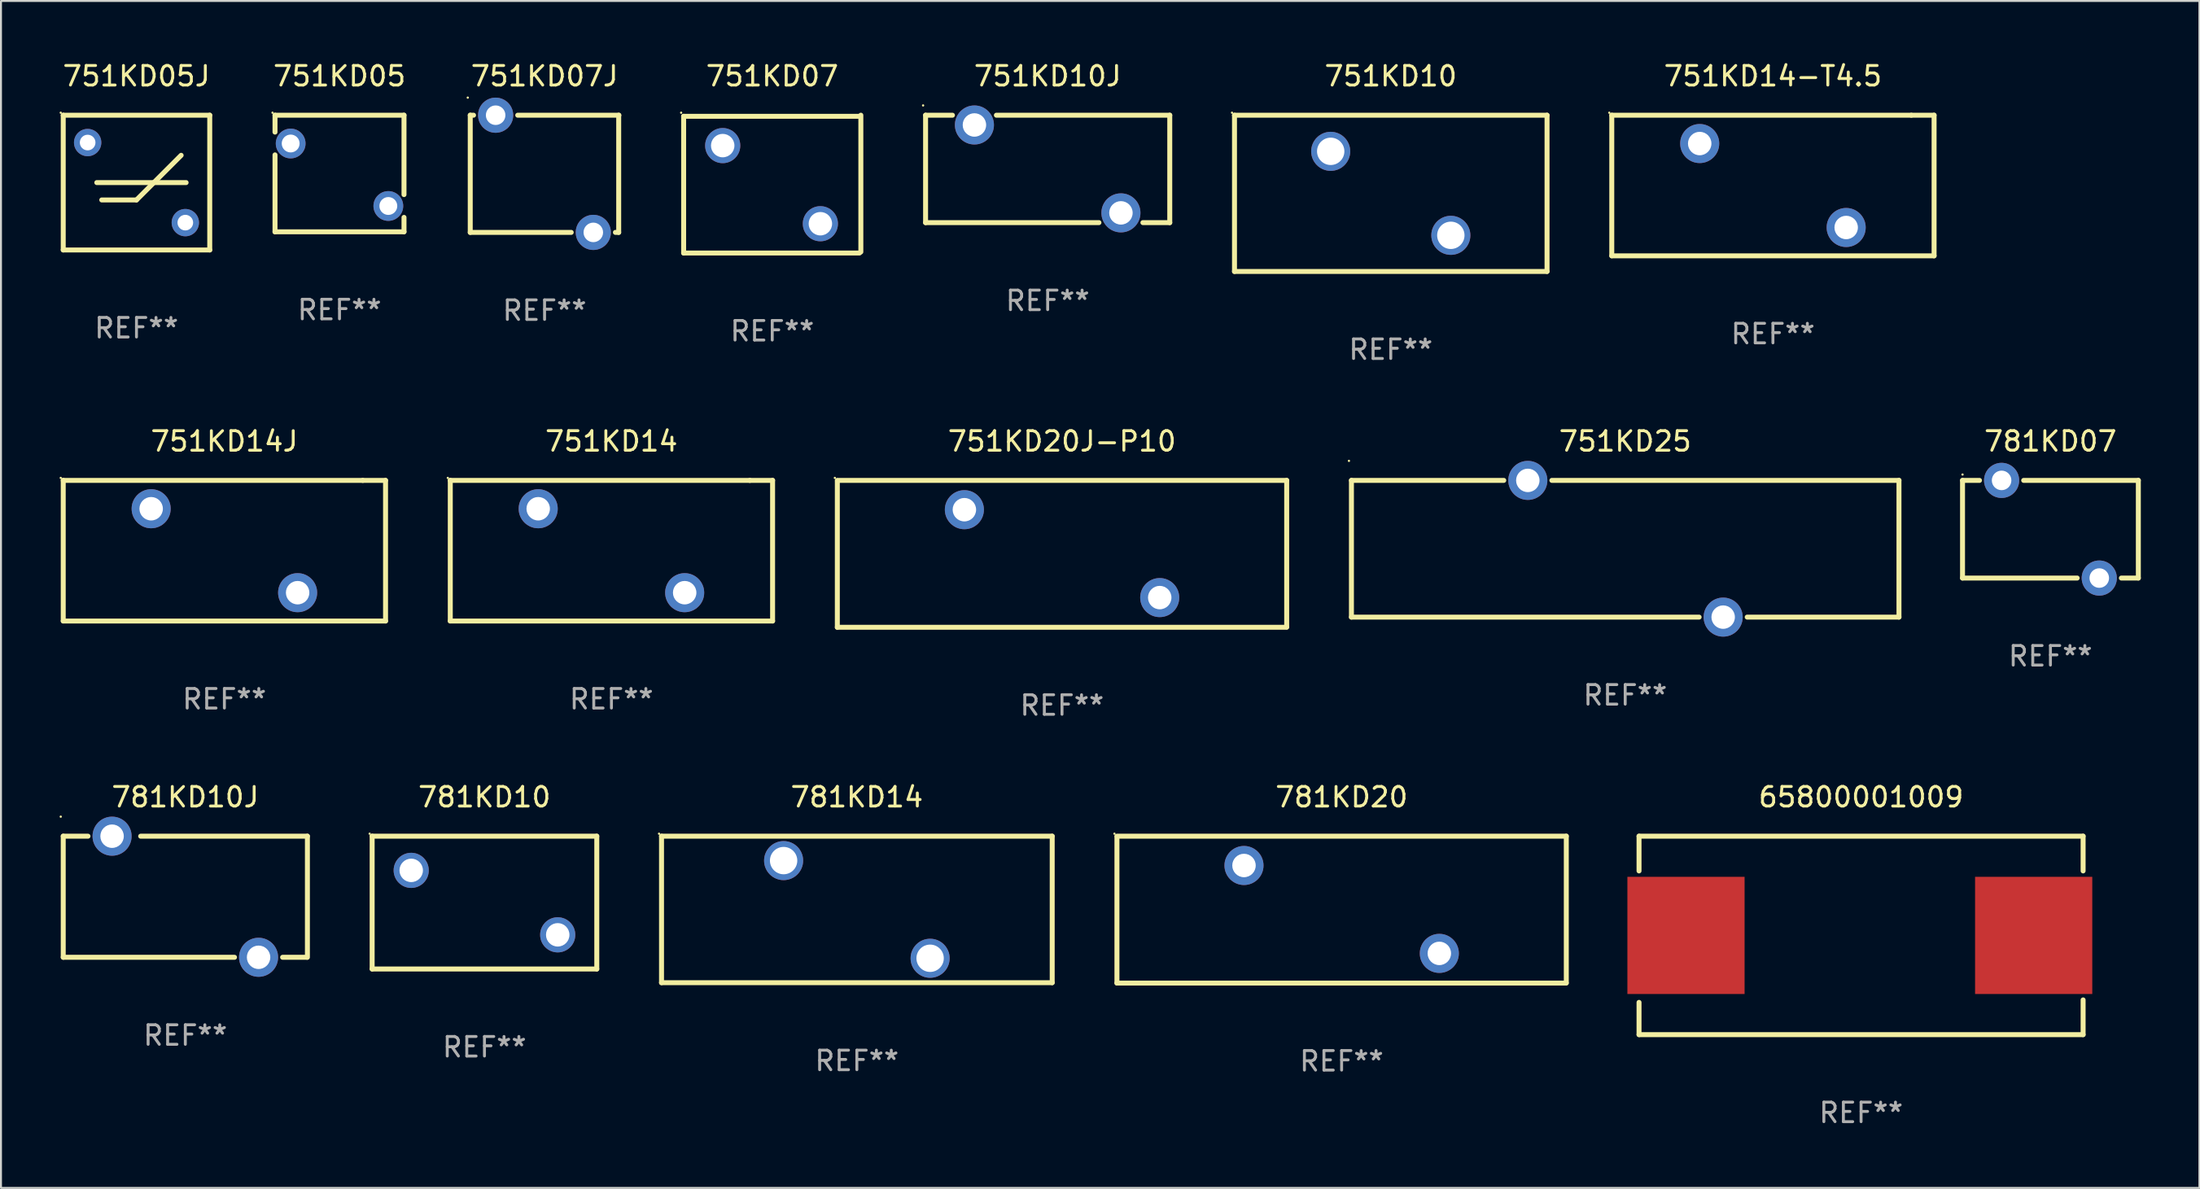
<source format=kicad_pcb>
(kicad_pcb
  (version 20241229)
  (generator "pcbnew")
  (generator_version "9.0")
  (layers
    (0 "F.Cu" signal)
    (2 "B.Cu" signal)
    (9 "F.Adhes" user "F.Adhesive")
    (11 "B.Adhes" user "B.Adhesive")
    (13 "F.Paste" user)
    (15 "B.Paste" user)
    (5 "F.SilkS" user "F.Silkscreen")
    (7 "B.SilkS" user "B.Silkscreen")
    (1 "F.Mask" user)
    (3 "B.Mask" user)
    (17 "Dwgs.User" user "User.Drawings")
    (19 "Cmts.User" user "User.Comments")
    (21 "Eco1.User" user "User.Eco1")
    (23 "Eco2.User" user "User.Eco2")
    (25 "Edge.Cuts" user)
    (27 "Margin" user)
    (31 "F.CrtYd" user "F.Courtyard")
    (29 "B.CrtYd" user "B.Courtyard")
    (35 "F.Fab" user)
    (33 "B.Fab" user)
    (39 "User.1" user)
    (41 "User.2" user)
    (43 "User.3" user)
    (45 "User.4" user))
  (footprint "751KD07J"
    (layer "F.Cu")
    (at 24.828 5.848)
    (property "Reference" "751KD07J" (at 0 -5 0) (layer "F.SilkS") (effects (font (size 1 1) (thickness 0.15))))
    (attr through_hole)
    (fp_line (start -3.805 -3) (end -3.805 3) (stroke (width 0.254) (type solid)) (layer "F.SilkS"))
    (fp_line (start -3.805 -3) (end -3.636 -3) (stroke (width 0.254) (type solid)) (layer "F.SilkS"))
    (fp_line (start -3.805 3) (end 1.364 3) (stroke (width 0.254) (type solid)) (layer "F.SilkS"))
    (fp_line (start -1.374 -3) (end 3.805 -3) (stroke (width 0.254) (type solid)) (layer "F.SilkS"))
    (fp_line (start 3.626 3) (end 3.795 3) (stroke (width 0.254) (type solid)) (layer "F.SilkS"))
    (fp_line (start 3.795 -3) (end 3.795 3) (stroke (width 0.254) (type solid)) (layer "F.SilkS"))
    (fp_circle (center -3.932 -3.9) (end -3.902 -3.9) (stroke (width 0.06) (type solid)) (fill no) (layer "F.SilkS"))
    (fp_text user "REF**" (at 0 7 0) (layer "F.Fab") (effects (font (size 1 1) (thickness 0.15))))
    (pad "1" thru_hole circle (at -2.505 -3) (size 1.8 1.8) (drill 1) (layers "*.Cu" "*.Mask"))
    (pad "2" thru_hole circle (at 2.495 3) (size 1.8 1.8) (drill 1) (layers "*.Cu" "*.Mask")))
  (footprint "781KD20"
    (layer "F.Cu")
    (at 65.631 43.521)
    (property "Reference" "781KD20" (at 0 -5.76 0) (layer "F.SilkS") (effects (font (size 1 1) (thickness 0.15))))
    (attr through_hole)
    (fp_line (start -11.502 3.76) (end -11.502 -3.738) (stroke (width 0.254) (type solid)) (layer "F.SilkS"))
    (fp_line (start -11.498 -3.76) (end 11.502 -3.76) (stroke (width 0.254) (type solid)) (layer "F.SilkS"))
    (fp_line (start 11.501 3.76) (end -11.502 3.76) (stroke (width 0.254) (type solid)) (layer "F.SilkS"))
    (fp_line (start 11.502 -3.76) (end 11.502 3.74) (stroke (width 0.254) (type solid)) (layer "F.SilkS"))
    (fp_circle (center -11.629 -3.887) (end -11.599 -3.887) (stroke (width 0.06) (type solid)) (fill no) (layer "F.SilkS"))
    (fp_text user "REF**" (at 0 7.76 0) (layer "F.Fab") (effects (font (size 1 1) (thickness 0.15))))
    (pad "1" thru_hole circle (at -4.998 -2.26) (size 2 2) (drill 1.2) (layers "*.Cu" "*.Mask"))
    (pad "2" thru_hole circle (at 5.002 2.24) (size 2 2) (drill 1.2) (layers "*.Cu" "*.Mask")))
  (footprint "781KD10"
    (layer "F.Cu")
    (at 21.751 43.161)
    (property "Reference" "781KD10" (at 0 -5.4 0) (layer "F.SilkS") (effects (font (size 1 1) (thickness 0.15))))
    (attr through_hole)
    (fp_line (start -5.75 -3.4) (end 5.75 -3.4) (stroke (width 0.254) (type solid)) (layer "F.SilkS"))
    (fp_line (start -5.75 3.4) (end -5.75 -3.4) (stroke (width 0.254) (type solid)) (layer "F.SilkS"))
    (fp_line (start -5.75 3.4) (end 5.75 3.4) (stroke (width 0.254) (type solid)) (layer "F.SilkS"))
    (fp_line (start 5.75 -3.4) (end 5.75 3.4) (stroke (width 0.254) (type solid)) (layer "F.SilkS"))
    (fp_circle (center -5.877 -3.527) (end -5.847 -3.527) (stroke (width 0.06) (type solid)) (fill no) (layer "F.SilkS"))
    (fp_text user "REF**" (at 0 7.4 0) (layer "F.Fab") (effects (font (size 1 1) (thickness 0.15))))
    (pad "1" thru_hole circle (at -3.75 -1.65) (size 1.8 1.8) (drill 1.2) (layers "*.Cu" "*.Mask"))
    (pad "2" thru_hole circle (at 3.75 1.65) (size 1.8 1.8) (drill 1.2) (layers "*.Cu" "*.Mask")))
  (footprint "781KD07"
    (layer "F.Cu")
    (at 101.917 24.045)
    (property "Reference" "781KD07" (at 0 -4.5 0) (layer "F.SilkS") (effects (font (size 1 1) (thickness 0.15))))
    (attr through_hole)
    (fp_line (start -4.5 -2.5) (end -3.631 -2.5) (stroke (width 0.254) (type solid)) (layer "F.SilkS"))
    (fp_line (start -4.5 2.5) (end -4.5 -2.5) (stroke (width 0.254) (type solid)) (layer "F.SilkS"))
    (fp_line (start -1.369 -2.5) (end 4.5 -2.5) (stroke (width 0.254) (type solid)) (layer "F.SilkS"))
    (fp_line (start 1.369 2.5) (end -4.5 2.5) (stroke (width 0.254) (type solid)) (layer "F.SilkS"))
    (fp_line (start 4.5 -2.5) (end 4.5 2.5) (stroke (width 0.254) (type solid)) (layer "F.SilkS"))
    (fp_line (start 4.5 2.5) (end 3.631 2.5) (stroke (width 0.254) (type solid)) (layer "F.SilkS"))
    (fp_circle (center -4.5 -2.8) (end -4.47 -2.8) (stroke (width 0.06) (type solid)) (fill no) (layer "F.SilkS"))
    (fp_text user "REF**" (at 0 6.5 0) (layer "F.Fab") (effects (font (size 1 1) (thickness 0.15))))
    (pad "1" thru_hole circle (at -2.5 -2.5) (size 1.8 1.8) (drill 1) (layers "*.Cu" "*.Mask"))
    (pad "2" thru_hole circle (at 2.5 2.5) (size 1.8 1.8) (drill 1) (layers "*.Cu" "*.Mask")))
  (footprint "751KD14"
    (layer "F.Cu")
    (at 28.251 25.145)
    (property "Reference" "751KD14" (at 0 -5.6 0) (layer "F.SilkS") (effects (font (size 1 1) (thickness 0.15))))
    (attr through_hole)
    (fp_line (start -8.25 -3.6) (end 7.084 -3.599) (stroke (width 0.254) (type solid)) (layer "F.SilkS"))
    (fp_line (start -8.25 3.598) (end -8.25 -3.6) (stroke (width 0.254) (type solid)) (layer "F.SilkS"))
    (fp_line (start 7.084 -3.599) (end 8.25 -3.6) (stroke (width 0.254) (type solid)) (layer "F.SilkS"))
    (fp_line (start 8.25 -3.6) (end 8.25 3.6) (stroke (width 0.254) (type solid)) (layer "F.SilkS"))
    (fp_line (start 8.25 3.6) (end -8.25 3.6) (stroke (width 0.254) (type solid)) (layer "F.SilkS"))
    (fp_circle (center -8.377 -3.727) (end -8.347 -3.727) (stroke (width 0.06) (type solid)) (fill no) (layer "F.SilkS"))
    (fp_text user "REF**" (at 0 7.6 0) (layer "F.Fab") (effects (font (size 1 1) (thickness 0.15))))
    (pad "1" thru_hole circle (at -3.749 -2.149) (size 2 2) (drill 1.2) (layers "*.Cu" "*.Mask"))
    (pad "2" thru_hole circle (at 3.749 2.149) (size 2 2) (drill 1.2) (layers "*.Cu" "*.Mask")))
  (footprint "751KD07"
    (layer "F.Cu")
    (at 36.483 6.376)
    (property "Reference" "751KD07" (at 0 -5.528 0) (layer "F.SilkS") (effects (font (size 1 1) (thickness 0.15))))
    (attr through_hole)
    (fp_line (start -4.536 -3.472) (end 4.464 -3.472) (stroke (width 0.254) (type solid)) (layer "F.SilkS"))
    (fp_line (start -4.536 3.528) (end -4.536 -3.472) (stroke (width 0.254) (type solid)) (layer "F.SilkS"))
    (fp_line (start 4.464 3.528) (end -4.536 3.528) (stroke (width 0.254) (type solid)) (layer "F.SilkS"))
    (fp_line (start 4.536 -3.528) (end 4.536 3.472) (stroke (width 0.254) (type solid)) (layer "F.SilkS"))
    (fp_circle (center -4.663 -3.655) (end -4.633 -3.655) (stroke (width 0.06) (type solid)) (fill no) (layer "F.SilkS"))
    (fp_text user "REF**" (at 0 7.528 0) (layer "F.Fab") (effects (font (size 1 1) (thickness 0.15))))
    (pad "1" thru_hole circle (at -2.536 -1.972) (size 1.8 1.8) (drill 1.2) (layers "*.Cu" "*.Mask"))
    (pad "2" thru_hole circle (at 2.464 2.028) (size 1.8 1.8) (drill 1.2) (layers "*.Cu" "*.Mask")))
  (footprint "751KD14-T4.5"
    (layer "F.Cu")
    (at 87.711 6.448)
    (property "Reference" "751KD14-T4.5" (at 0 -5.6 0) (layer "F.SilkS") (effects (font (size 1 1) (thickness 0.15))))
    (attr through_hole)
    (fp_line (start -8.25 -3.6) (end 7.084 -3.599) (stroke (width 0.254) (type solid)) (layer "F.SilkS"))
    (fp_line (start -8.25 3.598) (end -8.25 -3.6) (stroke (width 0.254) (type solid)) (layer "F.SilkS"))
    (fp_line (start 7.084 -3.599) (end 8.25 -3.6) (stroke (width 0.254) (type solid)) (layer "F.SilkS"))
    (fp_line (start 8.25 -3.6) (end 8.25 3.6) (stroke (width 0.254) (type solid)) (layer "F.SilkS"))
    (fp_line (start 8.25 3.6) (end -8.25 3.6) (stroke (width 0.254) (type solid)) (layer "F.SilkS"))
    (fp_circle (center -8.377 -3.727) (end -8.347 -3.727) (stroke (width 0.06) (type solid)) (fill no) (layer "F.SilkS"))
    (fp_text user "REF**" (at 0 7.6 0) (layer "F.Fab") (effects (font (size 1 1) (thickness 0.15))))
    (pad "1" thru_hole circle (at -3.749 -2.149) (size 2 2) (drill 1.2) (layers "*.Cu" "*.Mask"))
    (pad "2" thru_hole circle (at 3.749 2.149) (size 2 2) (drill 1.2) (layers "*.Cu" "*.Mask")))
  (footprint "751KD05"
    (layer "F.Cu")
    (at 14.33 5.833)
    (property "Reference" "751KD05" (at 0 -4.985 0) (layer "F.SilkS") (effects (font (size 1 1) (thickness 0.15))))
    (attr through_hole)
    (fp_line (start -3.302 -2.985) (end 3.302 -2.985) (stroke (width 0.254) (type solid)) (layer "F.SilkS"))
    (fp_line (start -3.302 -2.12) (end -3.302 -2.985) (stroke (width 0.254) (type solid)) (layer "F.SilkS"))
    (fp_line (start -3.302 2.985) (end -3.302 -0.953) (stroke (width 0.254) (type solid)) (layer "F.SilkS"))
    (fp_line (start 3.302 -2.985) (end 3.302 1.08) (stroke (width 0.254) (type solid)) (layer "F.SilkS"))
    (fp_line (start 3.302 2.247) (end 3.302 2.985) (stroke (width 0.254) (type solid)) (layer "F.SilkS"))
    (fp_line (start 3.302 2.985) (end -3.302 2.985) (stroke (width 0.254) (type solid)) (layer "F.SilkS"))
    (fp_circle (center -3.429 -3.112) (end -3.399 -3.112) (stroke (width 0.06) (type solid)) (fill no) (layer "F.SilkS"))
    (fp_text user "REF**" (at 0 6.985 0) (layer "F.Fab") (effects (font (size 1 1) (thickness 0.15))))
    (pad "1" thru_hole circle (at -2.5 -1.536) (size 1.524 1.524) (drill 0.914) (layers "*.Cu" "*.Mask"))
    (pad "2" thru_hole circle (at 2.5 1.663) (size 1.524 1.524) (drill 0.914) (layers "*.Cu" "*.Mask")))
  (footprint "781KD14"
    (layer "F.Cu")
    (at 40.815 43.511)
    (property "Reference" "781KD14" (at 0 -5.75 0) (layer "F.SilkS") (effects (font (size 1 1) (thickness 0.15))))
    (attr through_hole)
    (fp_line (start -10 -3.75) (end -10 3.75) (stroke (width 0.254) (type solid)) (layer "F.SilkS"))
    (fp_line (start -10 -3.75) (end 10 -3.75) (stroke (width 0.254) (type solid)) (layer "F.SilkS"))
    (fp_line (start 10 -3.75) (end 10 3.75) (stroke (width 0.254) (type solid)) (layer "F.SilkS"))
    (fp_line (start 10 3.75) (end -10 3.75) (stroke (width 0.254) (type solid)) (layer "F.SilkS"))
    (fp_circle (center -10.127 -3.877) (end -10.097 -3.877) (stroke (width 0.06) (type solid)) (fill no) (layer "F.SilkS"))
    (fp_text user "REF**" (at 0 7.75 0) (layer "F.Fab") (effects (font (size 1 1) (thickness 0.15))))
    (pad "1" thru_hole circle (at -3.75 -2.5) (size 2 2) (drill 1.4) (layers "*.Cu" "*.Mask"))
    (pad "2" thru_hole circle (at 3.75 2.5) (size 2 2) (drill 1.4) (layers "*.Cu" "*.Mask")))
  (footprint "781KD10J"
    (layer "F.Cu")
    (at 6.437 42.861)
    (property "Reference" "781KD10J" (at 0 -5.1 0) (layer "F.SilkS") (effects (font (size 1 1) (thickness 0.15))))
    (attr through_hole)
    (fp_line (start -6.25 -3.1) (end -6.25 3.1) (stroke (width 0.254) (type solid)) (layer "F.SilkS"))
    (fp_line (start -6.25 -3.1) (end -4.981 -3.1) (stroke (width 0.254) (type solid)) (layer "F.SilkS"))
    (fp_line (start -6.25 3.1) (end 2.519 3.1) (stroke (width 0.254) (type solid)) (layer "F.SilkS"))
    (fp_line (start 4.981 3.1) (end 6.223 3.1) (stroke (width 0.254) (type solid)) (layer "F.SilkS"))
    (fp_line (start 6.25 -3.1) (end -2.286 -3.1) (stroke (width 0.254) (type solid)) (layer "F.SilkS"))
    (fp_line (start 6.25 -3.1) (end 6.25 3.1) (stroke (width 0.254) (type solid)) (layer "F.SilkS"))
    (fp_circle (center -6.377 -4.1) (end -6.347 -4.1) (stroke (width 0.06) (type solid)) (fill no) (layer "F.SilkS"))
    (fp_text user "REF**" (at 0 7.1 0) (layer "F.Fab") (effects (font (size 1 1) (thickness 0.15))))
    (pad "1" thru_hole circle (at -3.75 -3.1) (size 2 2) (drill 1.2) (layers "*.Cu" "*.Mask"))
    (pad "2" thru_hole circle (at 3.75 3.1) (size 2 2) (drill 1.2) (layers "*.Cu" "*.Mask")))
  (footprint "751KD10J"
    (layer "F.Cu")
    (at 50.583 5.598)
    (property "Reference" "751KD10J" (at 0 -4.75 0) (layer "F.SilkS") (effects (font (size 1 1) (thickness 0.15))))
    (attr through_hole)
    (fp_line (start -6.25 -2.75) (end -4.875 -2.75) (stroke (width 0.254) (type solid)) (layer "F.SilkS"))
    (fp_line (start -6.25 2.75) (end -6.25 -2.75) (stroke (width 0.254) (type solid)) (layer "F.SilkS"))
    (fp_line (start -6.25 2.75) (end 2.625 2.75) (stroke (width 0.254) (type solid)) (layer "F.SilkS"))
    (fp_line (start -2.625 -2.75) (end 6.25 -2.75) (stroke (width 0.254) (type solid)) (layer "F.SilkS"))
    (fp_line (start 4.875 2.75) (end 6.25 2.75) (stroke (width 0.254) (type solid)) (layer "F.SilkS"))
    (fp_line (start 6.25 -2.75) (end 6.25 2.75) (stroke (width 0.254) (type solid)) (layer "F.SilkS"))
    (fp_circle (center -6.377 -3.25) (end -6.347 -3.25) (stroke (width 0.06) (type solid)) (fill no) (layer "F.SilkS"))
    (fp_text user "REF**" (at 0 6.75 0) (layer "F.Fab") (effects (font (size 1 1) (thickness 0.15))))
    (pad "1" thru_hole circle (at -3.75 -2.25) (size 2 2) (drill 1.2) (layers "*.Cu" "*.Mask"))
    (pad "2" thru_hole circle (at 3.75 2.25) (size 2 2) (drill 1.2) (layers "*.Cu" "*.Mask")))
  (footprint "751KD10"
    (layer "F.Cu")
    (at 68.147 6.848)
    (property "Reference" "751KD10" (at 0 -6 0) (layer "F.SilkS") (effects (font (size 1 1) (thickness 0.15))))
    (attr through_hole)
    (fp_line (start -8 -4) (end 8 -4) (stroke (width 0.254) (type solid)) (layer "F.SilkS"))
    (fp_line (start -8 4) (end -8 -4) (stroke (width 0.254) (type solid)) (layer "F.SilkS"))
    (fp_line (start 8 4) (end -8 4) (stroke (width 0.254) (type solid)) (layer "F.SilkS"))
    (fp_line (start 8 4) (end 8 -4) (stroke (width 0.254) (type solid)) (layer "F.SilkS"))
    (fp_circle (center -8.127 -4.127) (end -8.097 -4.127) (stroke (width 0.06) (type solid)) (fill no) (layer "F.SilkS"))
    (fp_text user "REF**" (at 0 8 0) (layer "F.Fab") (effects (font (size 1 1) (thickness 0.15))))
    (pad "1" thru_hole circle (at -3.075 -2.15) (size 2 2) (drill 1.4) (layers "*.Cu" "*.Mask"))
    (pad "2" thru_hole circle (at 3.075 2.15) (size 2 2) (drill 1.4) (layers "*.Cu" "*.Mask")))
  (footprint "751KD25"
    (layer "F.Cu")
    (at 80.148 25.045)
    (property "Reference" "751KD25" (at 0 -5.5 0) (layer "F.SilkS") (effects (font (size 1 1) (thickness 0.15))))
    (attr through_hole)
    (fp_line (start -14.015 -3.5) (end -6.216 -3.5) (stroke (width 0.254) (type solid)) (layer "F.SilkS"))
    (fp_line (start -14.015 3.5) (end -14.015 -3.5) (stroke (width 0.254) (type solid)) (layer "F.SilkS"))
    (fp_line (start -14.015 3.5) (end 3.784 3.5) (stroke (width 0.254) (type solid)) (layer "F.SilkS"))
    (fp_line (start -3.754 -3.5) (end 14.015 -3.5) (stroke (width 0.254) (type solid)) (layer "F.SilkS"))
    (fp_line (start 6.246 3.5) (end 14.015 3.5) (stroke (width 0.254) (type solid)) (layer "F.SilkS"))
    (fp_line (start 14.015 -3.5) (end 14.015 3.5) (stroke (width 0.254) (type solid)) (layer "F.SilkS"))
    (fp_circle (center -14.142 -4.5) (end -14.112 -4.5) (stroke (width 0.06) (type solid)) (fill no) (layer "F.SilkS"))
    (fp_text user "REF**" (at 0 7.5 0) (layer "F.Fab") (effects (font (size 1 1) (thickness 0.15))))
    (pad "1" thru_hole circle (at -4.985 -3.5) (size 2 2) (drill 1.2) (layers "*.Cu" "*.Mask"))
    (pad "2" thru_hole circle (at 5.015 3.5) (size 2 2) (drill 1.2) (layers "*.Cu" "*.Mask")))
  (footprint "65800001009"
    (layer "F.Cu")
    (at 92.223 44.841)
    (property "Reference" "65800001009" (at 0 -7.08 0) (layer "F.SilkS") (effects (font (size 1 1) (thickness 0.15))))
    (attr through_hole)
    (fp_line (start -11.367 -5.08) (end 11.367 -5.08) (stroke (width 0.254) (type solid)) (layer "F.SilkS"))
    (fp_line (start -11.367 -3.302) (end -11.367 -5.08) (stroke (width 0.254) (type solid)) (layer "F.SilkS"))
    (fp_line (start -11.367 3.429) (end -11.367 5.08) (stroke (width 0.254) (type solid)) (layer "F.SilkS"))
    (fp_line (start -11.367 5.08) (end 11.367 5.08) (stroke (width 0.254) (type solid)) (layer "F.SilkS"))
    (fp_line (start 11.367 -5.08) (end 11.367 -3.302) (stroke (width 0.254) (type solid)) (layer "F.SilkS"))
    (fp_line (start 11.367 5.08) (end 11.367 3.302) (stroke (width 0.254) (type solid)) (layer "F.SilkS"))
    (fp_circle (center -11.414 -5.04) (end -11.384 -5.04) (stroke (width 0.06) (type solid)) (fill no) (layer "F.SilkS"))
    (fp_text user "REF**" (at 0 9.08 0) (layer "F.Fab") (effects (font (size 1 1) (thickness 0.15))))
    (pad "1" smd rect (at -8.963 0 180) (size 6 6) (layers "F.Cu" "F.Mask" "F.Paste"))
    (pad "2" smd rect (at 8.836 0) (size 6 6) (layers "F.Cu" "F.Mask" "F.Paste")))
  (footprint "751KD20J-P10"
    (layer "F.Cu")
    (at 51.317 25.305)
    (property "Reference" "751KD20J-P10" (at 0 -5.76 0) (layer "F.SilkS") (effects (font (size 1 1) (thickness 0.15))))
    (attr through_hole)
    (fp_line (start -11.502 3.76) (end -11.502 -3.738) (stroke (width 0.254) (type solid)) (layer "F.SilkS"))
    (fp_line (start -11.498 -3.76) (end 11.502 -3.76) (stroke (width 0.254) (type solid)) (layer "F.SilkS"))
    (fp_line (start 11.501 3.76) (end -11.502 3.76) (stroke (width 0.254) (type solid)) (layer "F.SilkS"))
    (fp_line (start 11.502 -3.76) (end 11.502 3.74) (stroke (width 0.254) (type solid)) (layer "F.SilkS"))
    (fp_circle (center -11.629 -3.887) (end -11.599 -3.887) (stroke (width 0.06) (type solid)) (fill no) (layer "F.SilkS"))
    (fp_text user "REF**" (at 0 7.76 0) (layer "F.Fab") (effects (font (size 1 1) (thickness 0.15))))
    (pad "1" thru_hole circle (at -4.998 -2.26) (size 2 2) (drill 1.2) (layers "*.Cu" "*.Mask"))
    (pad "2" thru_hole circle (at 5.002 2.24) (size 2 2) (drill 1.2) (layers "*.Cu" "*.Mask")))
  (footprint "751KD14J"
    (layer "F.Cu")
    (at 8.437 25.145)
    (property "Reference" "751KD14J" (at 0 -5.6 0) (layer "F.SilkS") (effects (font (size 1 1) (thickness 0.15))))
    (attr through_hole)
    (fp_line (start -8.25 -3.6) (end 7.084 -3.599) (stroke (width 0.254) (type solid)) (layer "F.SilkS"))
    (fp_line (start -8.25 3.598) (end -8.25 -3.6) (stroke (width 0.254) (type solid)) (layer "F.SilkS"))
    (fp_line (start 7.084 -3.599) (end 8.25 -3.6) (stroke (width 0.254) (type solid)) (layer "F.SilkS"))
    (fp_line (start 8.25 -3.6) (end 8.25 3.6) (stroke (width 0.254) (type solid)) (layer "F.SilkS"))
    (fp_line (start 8.25 3.6) (end -8.25 3.6) (stroke (width 0.254) (type solid)) (layer "F.SilkS"))
    (fp_circle (center -8.377 -3.727) (end -8.347 -3.727) (stroke (width 0.06) (type solid)) (fill no) (layer "F.SilkS"))
    (fp_text user "REF**" (at 0 7.6 0) (layer "F.Fab") (effects (font (size 1 1) (thickness 0.15))))
    (pad "1" thru_hole circle (at -3.749 -2.149) (size 2 2) (drill 1.2) (layers "*.Cu" "*.Mask"))
    (pad "2" thru_hole circle (at 3.749 2.149) (size 2 2) (drill 1.2) (layers "*.Cu" "*.Mask")))
  (footprint "751KD05J"
    (layer "F.Cu")
    (at 3.937 6.298)
    (property "Reference" "751KD05J" (at 0 -5.45 0) (layer "F.SilkS") (effects (font (size 1 1) (thickness 0.15))))
    (attr through_hole)
    (fp_line (start -3.75 -3.45) (end -3.75 3.45) (stroke (width 0.254) (type solid)) (layer "F.SilkS"))
    (fp_line (start -2.032 0) (end 2.54 0) (stroke (width 0.254) (type solid)) (layer "F.SilkS"))
    (fp_line (start -1.778 0.889) (end -0.000013 0.889) (stroke (width 0.254) (type solid)) (layer "F.SilkS"))
    (fp_line (start -0.000013 0.889) (end 2.286 -1.397) (stroke (width 0.254) (type solid)) (layer "F.SilkS"))
    (fp_line (start 3.75 -3.45) (end -3.75 -3.45) (stroke (width 0.254) (type solid)) (layer "F.SilkS"))
    (fp_line (start 3.75 -3.45) (end 3.75 3.45) (stroke (width 0.254) (type solid)) (layer "F.SilkS"))
    (fp_line (start 3.75 3.45) (end -3.75 3.45) (stroke (width 0.254) (type solid)) (layer "F.SilkS"))
    (fp_circle (center -3.877 -3.577) (end -3.847 -3.577) (stroke (width 0.06) (type solid)) (fill no) (layer "F.SilkS"))
    (fp_text user "REF**" (at 0 7.45 0) (layer "F.Fab") (effects (font (size 1 1) (thickness 0.15))))
    (pad "1" thru_hole circle (at -2.5 -2.05) (size 1.4 1.4) (drill 0.8) (layers "*.Cu" "*.Mask"))
    (pad "2" thru_hole circle (at 2.5 2.05) (size 1.4 1.4) (drill 0.8) (layers "*.Cu" "*.Mask")))
  (gr_rect
    (start -3 -3)
    (end 109.544 57.769)
    (stroke (width 0.1) (type default))
    (fill no)
    (layer "Edge.Cuts")))
</source>
